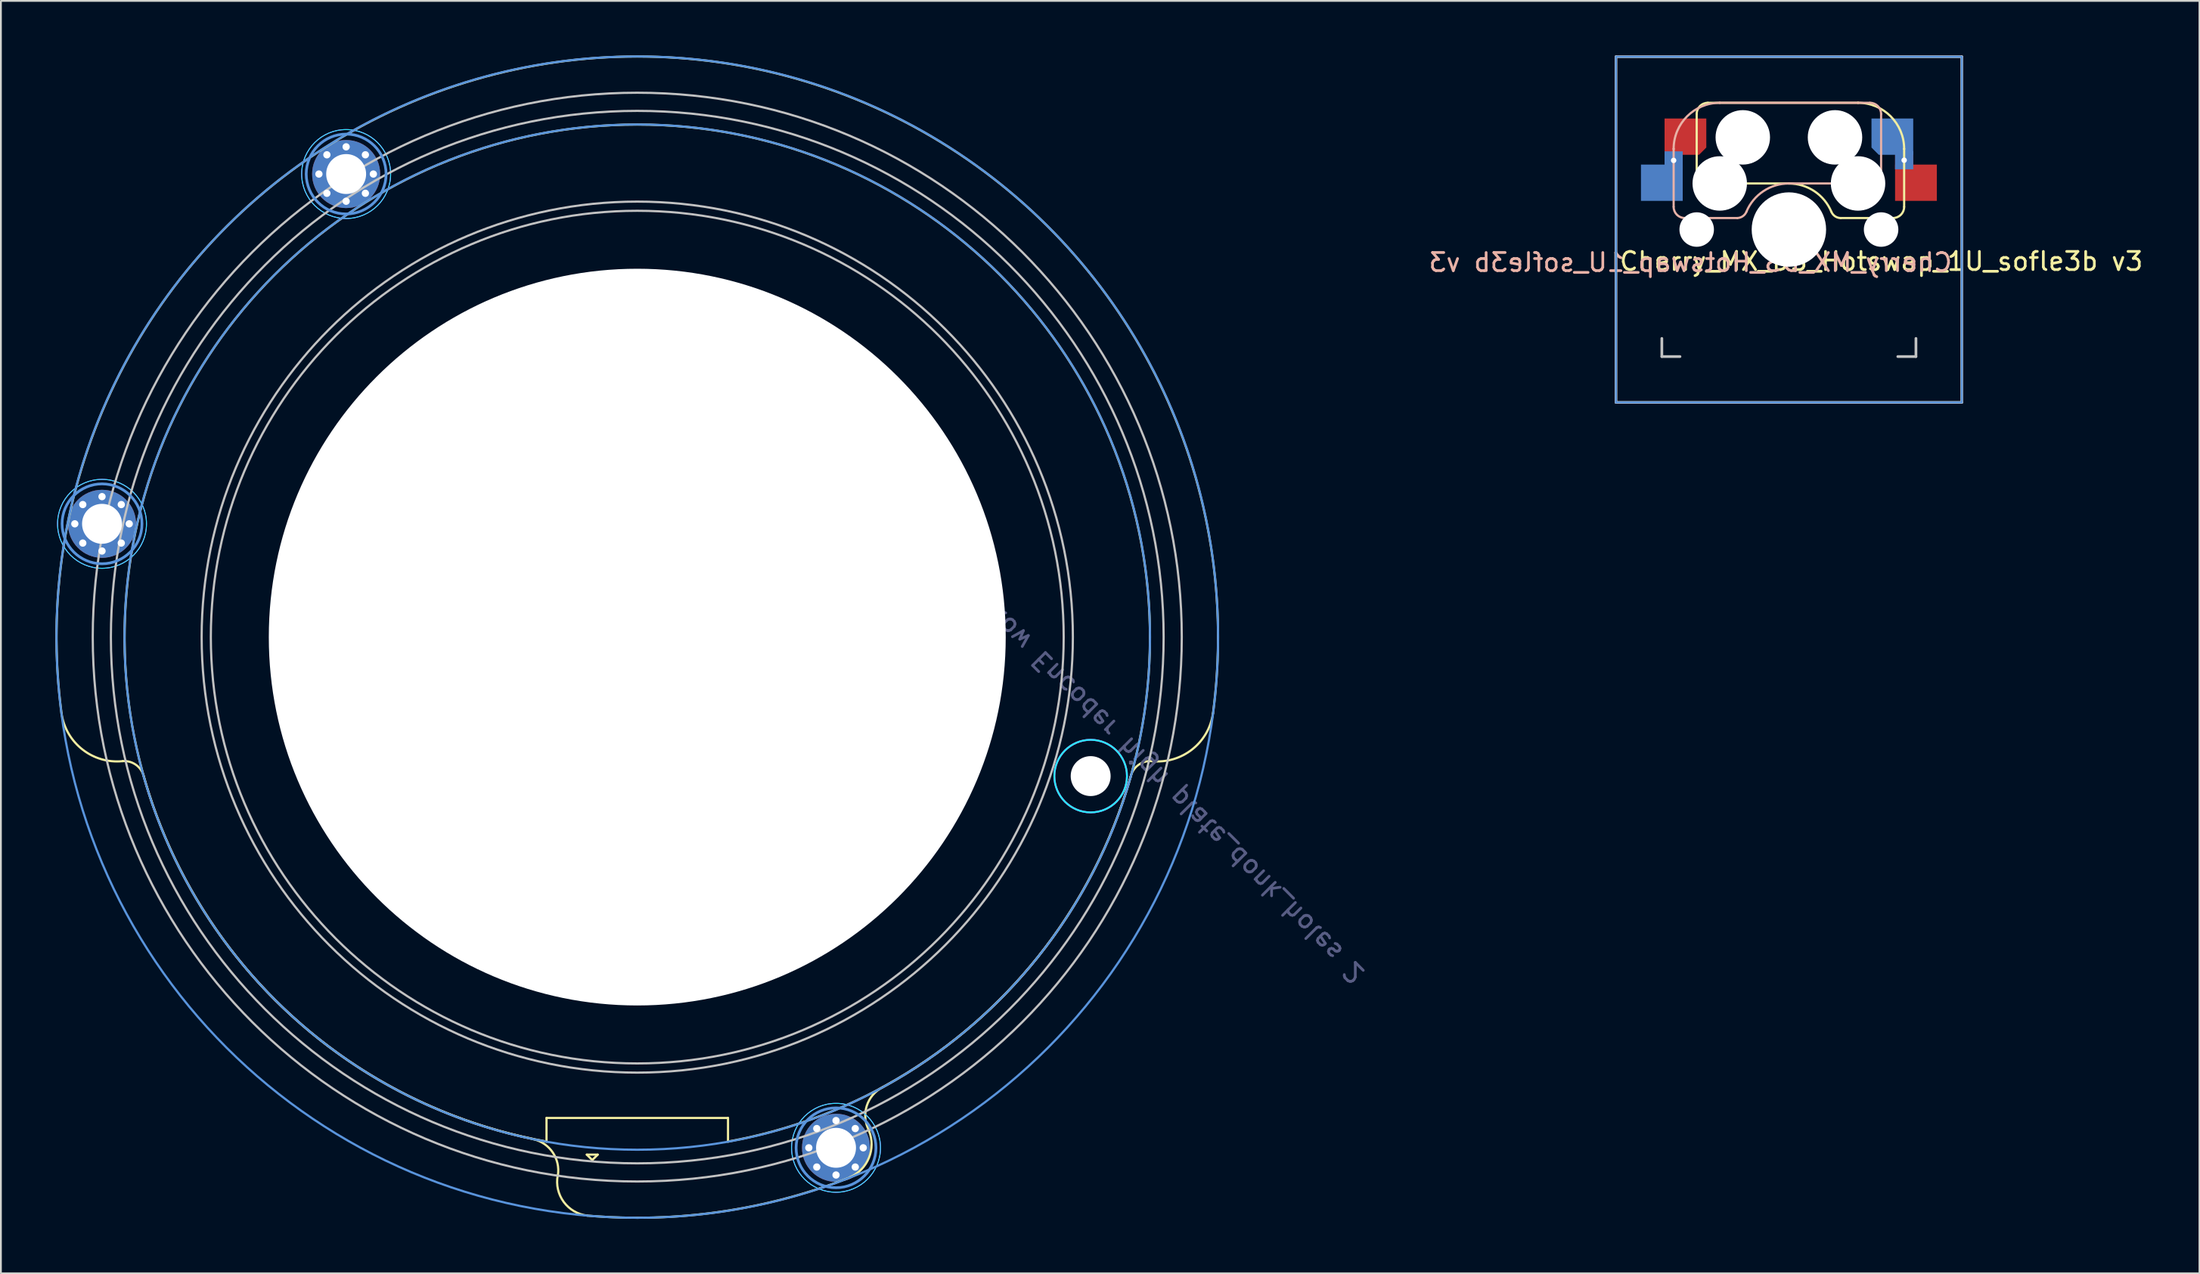
<source format=kicad_pcb>
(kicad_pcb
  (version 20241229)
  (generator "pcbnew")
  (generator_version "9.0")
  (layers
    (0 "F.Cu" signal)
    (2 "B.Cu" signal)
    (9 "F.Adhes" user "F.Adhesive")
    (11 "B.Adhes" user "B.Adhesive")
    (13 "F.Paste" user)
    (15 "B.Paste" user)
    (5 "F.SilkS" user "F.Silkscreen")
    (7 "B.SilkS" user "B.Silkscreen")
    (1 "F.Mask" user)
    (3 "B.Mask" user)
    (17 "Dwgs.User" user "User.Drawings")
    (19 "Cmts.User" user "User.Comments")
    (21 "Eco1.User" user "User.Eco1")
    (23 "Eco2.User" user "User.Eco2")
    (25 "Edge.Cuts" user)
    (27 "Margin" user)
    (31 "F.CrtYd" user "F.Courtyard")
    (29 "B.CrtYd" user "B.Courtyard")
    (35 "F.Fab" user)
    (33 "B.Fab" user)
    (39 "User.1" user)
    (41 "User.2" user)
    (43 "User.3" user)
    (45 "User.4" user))
  (footprint "Cherry_MX_DS_Hotswap_1U_sofle3b v3"
    (layer "F.Cu")
    (at 95.509 9.6)
    (property "Reference" "Cherry_MX_DS_Hotswap_1U_sofle3b v3" (at -5.42 1.81 0) (layer "B.SilkS") (effects (font (size 1 1) (thickness 0.15)) (justify mirror)))
    (attr smd)
    (fp_line (start -5.08 -6.36) (end -5.08 -2.54) (stroke (width 0.12) (type solid)) (layer "F.SilkS"))
    (fp_line (start -5.08 -2.54) (end -5.08 -2.54) (stroke (width 0.12) (type solid)) (layer "F.SilkS"))
    (fp_line (start -5.08 -2.54) (end -5.08 -2.54) (stroke (width 0.12) (type solid)) (layer "F.SilkS"))
    (fp_line (start -4.46 -6.985) (end 3.81 -6.985) (stroke (width 0.12) (type solid)) (layer "F.SilkS"))
    (fp_line (start 0 -2.54) (end -5.08 -2.54) (stroke (width 0.12) (type solid)) (layer "F.SilkS"))
    (fp_line (start 0 -2.54) (end 0 -2.54) (stroke (width 0.12) (type solid)) (layer "F.SilkS"))
    (fp_line (start 2.86 -0.635) (end 5.72 -0.635) (stroke (width 0.12) (type solid)) (layer "F.SilkS"))
    (fp_line (start 3.81 -6.985) (end 3.81 -6.985) (stroke (width 0.12) (type solid)) (layer "F.SilkS"))
    (fp_line (start 6.35 -4.445) (end 6.35 -4.445) (stroke (width 0.12) (type solid)) (layer "F.SilkS"))
    (fp_line (start 6.35 -1.25) (end 6.35 -4.445) (stroke (width 0.12) (type solid)) (layer "F.SilkS"))
    (fp_arc (start -5.08 -6.37) (mid -4.899871 -6.804871) (end -4.465 -6.985) (stroke (width 0.12) (type default)) (layer "F.SilkS"))
    (fp_arc (start 0 -2.536928) (mid 1.405313 -2.11213) (end 2.34 -0.98) (stroke (width 0.12) (type solid)) (layer "F.SilkS"))
    (fp_arc (start 2.859999 -0.633863) (mid 2.547381 -0.727883) (end 2.34 -0.98) (stroke (width 0.12) (type default)) (layer "F.SilkS"))
    (fp_arc (start 3.81 -6.985) (mid 5.606051 -6.241051) (end 6.35 -4.445) (stroke (width 0.12) (type solid)) (layer "F.SilkS"))
    (fp_arc (start 6.350129 -1.25) (mid 6.169985 -0.815144) (end 5.735129 -0.635) (stroke (width 0.12) (type default)) (layer "F.SilkS"))
    (fp_line (start -6.35 -4.445) (end -6.35 -4.445) (stroke (width 0.12) (type solid)) (layer "B.SilkS"))
    (fp_line (start -6.35 -4.445) (end -6.35 -1.26) (stroke (width 0.12) (type solid)) (layer "B.SilkS"))
    (fp_line (start -5.73 -0.635) (end -2.84 -0.635) (stroke (width 0.12) (type solid)) (layer "B.SilkS"))
    (fp_line (start -3.81 -6.985) (end -3.81 -6.985) (stroke (width 0.12) (type solid)) (layer "B.SilkS"))
    (fp_line (start -3.81 -6.985) (end 4.46 -6.985) (stroke (width 0.12) (type solid)) (layer "B.SilkS"))
    (fp_line (start 0 -2.54) (end 0 -2.54) (stroke (width 0.12) (type solid)) (layer "B.SilkS"))
    (fp_line (start 0 -2.54) (end 5.08 -2.54) (stroke (width 0.12) (type solid)) (layer "B.SilkS"))
    (fp_line (start 5.08 -6.37) (end 5.08 -2.54) (stroke (width 0.12) (type solid)) (layer "B.SilkS"))
    (fp_line (start 5.08 -2.54) (end 5.08 -2.54) (stroke (width 0.12) (type solid)) (layer "B.SilkS"))
    (fp_line (start 5.08 -2.54) (end 5.08 -2.54) (stroke (width 0.12) (type solid)) (layer "B.SilkS"))
    (fp_arc (start -6.35 -4.445) (mid -5.606051 -6.241051) (end -3.81 -6.985) (stroke (width 0.12) (type solid)) (layer "B.SilkS"))
    (fp_arc (start -5.735 -0.635) (mid -6.169871 -0.815129) (end -6.35 -1.25) (stroke (width 0.12) (type default)) (layer "B.SilkS"))
    (fp_arc (start -2.34 -0.983072) (mid -1.405313 -2.115202) (end 0 -2.54) (stroke (width 0.12) (type solid)) (layer "B.SilkS"))
    (fp_arc (start -2.34 -0.980845) (mid -2.539137 -0.734326) (end -2.840072 -0.635) (stroke (width 0.12) (type default)) (layer "B.SilkS"))
    (fp_arc (start 4.465129 -6.985) (mid 4.899999 -6.80487) (end 5.080129 -6.37) (stroke (width 0.12) (type default)) (layer "B.SilkS"))
    (fp_line (start -9.525 -9.525) (end 9.525 -9.525) (stroke (width 0.15) (type solid)) (layer "Dwgs.User"))
    (fp_line (start -9.525 9.525) (end -9.525 -9.525) (stroke (width 0.15) (type solid)) (layer "Dwgs.User"))
    (fp_line (start -7 6) (end -7 7) (stroke (width 0.15) (type solid)) (layer "Dwgs.User"))
    (fp_line (start -7 7) (end -6 7) (stroke (width 0.15) (type solid)) (layer "Dwgs.User"))
    (fp_line (start 6 7) (end 7 7) (stroke (width 0.15) (type solid)) (layer "Dwgs.User"))
    (fp_line (start 7 7) (end 7 6) (stroke (width 0.15) (type solid)) (layer "Dwgs.User"))
    (fp_line (start 9.525 -9.525) (end 9.525 9.525) (stroke (width 0.15) (type solid)) (layer "Dwgs.User"))
    (fp_line (start 9.525 9.525) (end -9.525 9.525) (stroke (width 0.15) (type solid)) (layer "Dwgs.User"))
    (fp_line (start -9.525 -9.525) (end -9.525 9.525) (stroke (width 0.1) (type solid)) (layer "Cmts.User"))
    (fp_line (start 9.525 -9.525) (end -9.525 -9.525) (stroke (width 0.1) (type solid)) (layer "Cmts.User"))
    (fp_line (start 9.525 -9.525) (end 9.525 9.525) (stroke (width 0.1) (type solid)) (layer "Cmts.User"))
    (fp_line (start 9.525 9.525) (end -9.525 9.525) (stroke (width 0.1) (type solid)) (layer "Cmts.User"))
    (fp_rect (start 7 -7) (end -7 7) (stroke (width 0.12) (type default)) (fill no) (layer "User.4"))
    (fp_text user "${REFERENCE}" (at 5.09 1.75 0) (layer "F.SilkS") (effects (font (size 1 1) (thickness 0.15))))
    (pad "" np_thru_hole circle (at -5.08 0) (size 1.9 1.9) (drill 1.9) (layers "*.Cu" "*.Mask"))
    (pad "" np_thru_hole circle (at -3.81 -2.54) (size 3 3) (drill 3) (layers "*.Cu" "*.Mask"))
    (pad "" np_thru_hole circle (at -2.54 -5.08) (size 3 3) (drill 3) (layers "*.Cu" "*.Mask"))
    (pad "" np_thru_hole circle (at 0 0 90) (size 4.1 4.1) (drill 4.1) (layers "*.Cu" "*.Mask"))
    (pad "" np_thru_hole circle (at 2.54 -5.08) (size 3 3) (drill 3) (layers "*.Cu" "*.Mask"))
    (pad "" np_thru_hole circle (at 3.81 -2.54) (size 3 3) (drill 3) (layers "*.Cu" "*.Mask"))
    (pad "" np_thru_hole circle (at 5.08 0) (size 1.9 1.9) (drill 1.9) (layers "*.Cu" "*.Mask"))
    (pad "5" smd roundrect (at 5.7 -5.12 180) (size 2.3 2) (layers "B.Cu" "B.Mask" "B.Paste") (roundrect_rratio 0) (chamfer_ratio 0.2) (chamfer top_right))
    (pad "5" thru_hole rect (at 6.35 -3.82) (size 1 1) (drill 0.3) (layers "*.Cu"))
    (pad "5" smd rect (at 7 -2.58 180) (size 2.3 2) (layers "F.Cu" "F.Mask" "F.Paste"))
    (pad "6" smd rect (at -7 -2.58 180) (size 2.3 2) (layers "B.Cu" "B.Mask" "B.Paste"))
    (pad "6" thru_hole rect (at -6.35 -3.81) (size 1 1) (drill 0.3) (layers "*.Cu"))
    (pad "6" smd roundrect (at -5.7 -5.12 180) (size 2.3 2) (layers "F.Cu" "F.Mask" "F.Paste") (roundrect_rratio 0) (chamfer_ratio 0.2) (chamfer top_left)))
  (footprint "Bourns Hollow Encoder high plate_donk_holes 2"
    (layer "F.Cu")
    (at 32.06 32.06)
    (property "Reference" "Bourns Hollow Encoder high plate_donk_holes 2" (at 0 -0.5 0) (unlocked yes) (layer "F.SilkS") (effects (font (size 1 1) (thickness 0.15))))
    (attr through_hole)
    (fp_line (start -5 26.5) (end -5 27.8) (stroke (width 0.12) (type solid)) (layer "F.SilkS"))
    (fp_line (start -5 26.5) (end 5 26.5) (stroke (width 0.12) (type solid)) (layer "F.SilkS"))
    (fp_line (start -2.78 28.52) (end -2.18 28.52) (stroke (width 0.12) (type solid)) (layer "F.SilkS"))
    (fp_line (start -2.48 28.82) (end -2.78 28.52) (stroke (width 0.12) (type solid)) (layer "F.SilkS"))
    (fp_line (start -2.18 28.52) (end -2.48 28.82) (stroke (width 0.12) (type solid)) (layer "F.SilkS"))
    (fp_line (start 5 26.5) (end 5 27.8) (stroke (width 0.12) (type solid)) (layer "F.SilkS"))
    (fp_arc (start -31.719999 4.2) (mid 0 -31.996849) (end 31.719999 4.199999) (stroke (width 0.12) (type default)) (layer "F.SilkS"))
    (fp_arc (start -28.347161 6.835602) (mid -30.563503 6.195954) (end -31.72 4.2) (stroke (width 0.12) (type default)) (layer "F.SilkS"))
    (fp_arc (start -28.347161 6.835603) (mid -27.600845 7.05116) (end -27.181805 7.705268) (stroke (width 0.12) (type default)) (layer "F.SilkS"))
    (fp_arc (start -5.717579 27.670001) (mid -4.651648 28.406625) (end -4.37416 29.672257) (stroke (width 0.12) (type default)) (layer "F.SilkS"))
    (fp_arc (start -5.717228 27.668303) (mid -19.241031 20.688267) (end -27.181805 7.705268) (stroke (width 0.12) (type default)) (layer "F.SilkS"))
    (fp_arc (start -5 27.799999) (mid 0 -28.246061) (end 5 27.799999) (stroke (width 0.12) (type solid)) (layer "F.SilkS"))
    (fp_arc (start -2.757579 31.88) (mid -4.05 31.128196) (end -4.383683 29.670727) (stroke (width 0.12) (type default)) (layer "F.SilkS"))
    (fp_arc (start 11.713213 29.778168) (mid 4.599486 31.666755) (end -2.757579 31.88) (stroke (width 0.12) (type default)) (layer "F.SilkS"))
    (fp_arc (start 12.763756 27.202914) (mid 12.761778 28.701922) (end 11.71 29.77) (stroke (width 0.12) (type default)) (layer "F.SilkS"))
    (fp_arc (start 12.771877 27.198509) (mid 12.641726 25.838302) (end 13.53 24.8) (stroke (width 0.12) (type default)) (layer "F.SilkS"))
    (fp_arc (start 27.179748 7.704684) (mid 22.07676 17.627181) (end 13.53 24.799999) (stroke (width 0.12) (type default)) (layer "F.SilkS"))
    (fp_arc (start 27.181805 7.705267) (mid 27.600846 7.051161) (end 28.347161 6.835602) (stroke (width 0.12) (type default)) (layer "F.SilkS"))
    (fp_arc (start 31.72 4.199999) (mid 30.563503 6.195953) (end 28.347161 6.835601) (stroke (width 0.12) (type default)) (layer "F.SilkS"))
    (fp_circle (center 0 0) (end 23.494 0) (stroke (width 0.12) (type solid)) (fill no) (layer "Dwgs.User"))
    (fp_circle (center 0 0) (end 24 0) (stroke (width 0.12) (type solid)) (fill no) (layer "Dwgs.User"))
    (fp_circle (center 0 0) (end 29 0) (stroke (width 0.12) (type solid)) (fill no) (layer "Dwgs.User"))
    (fp_circle (center 0 0) (end 30 0) (stroke (width 0.12) (type solid)) (fill no) (layer "Dwgs.User"))
    (fp_circle (center -29.489 -6.243) (end -27.933 -4.687) (stroke (width 0.15) (type solid)) (fill no) (layer "Cmts.User"))
    (fp_circle (center -16.039 -25.519) (end -14.484 -23.963) (stroke (width 0.15) (type solid)) (fill no) (layer "Cmts.User"))
    (fp_circle (center 0 0) (end 28.25 0) (stroke (width 0.12) (type solid)) (fill no) (layer "Cmts.User"))
    (fp_circle (center 0 0) (end 32 0) (stroke (width 0.12) (type default)) (fill no) (layer "Cmts.User"))
    (fp_circle (center 10.951 28.144) (end 12.506 29.699) (stroke (width 0.15) (type solid)) (fill no) (layer "Cmts.User"))
    (fp_circle (center -29.489 -6.243) (end -27.756 -4.511) (stroke (width 0.05) (type solid)) (fill no) (layer "B.CrtYd"))
    (fp_circle (center -16.039 -25.519) (end -14.307 -23.786) (stroke (width 0.05) (type solid)) (fill no) (layer "B.CrtYd"))
    (fp_circle (center 10.951 28.144) (end 12.683 29.876) (stroke (width 0.05) (type solid)) (fill no) (layer "B.CrtYd"))
    (fp_circle (center 24.98 7.66) (end 26.394 9.074) (stroke (width 0.1) (type default)) (fill no) (layer "B.CrtYd"))
    (fp_circle (center -29.489 -6.243) (end -31.221 -4.511) (stroke (width 0.05) (type solid)) (fill no) (layer "F.CrtYd"))
    (fp_circle (center -16.039 -25.519) (end -17.772 -23.786) (stroke (width 0.05) (type solid)) (fill no) (layer "F.CrtYd"))
    (fp_circle (center 10.951 28.144) (end 9.218 29.876) (stroke (width 0.05) (type solid)) (fill no) (layer "F.CrtYd"))
    (fp_circle (center 24.98 7.66) (end 23.566 6.246) (stroke (width 0.1) (type default)) (fill no) (layer "F.CrtYd"))
    (fp_circle (center 0 0) (end 20.3 0) (stroke (width 0.12) (type default)) (fill no) (layer "User.9"))
    (fp_text user "${REFERENCE}" (at 26.797 5.806 135) (unlocked yes) (layer "B.Fab") (effects (font (size 1 1) (thickness 0.15)) (justify mirror)))
    (fp_text user "${REFERENCE}" (at 0 2.5 0) (unlocked yes) (layer "F.Fab") (effects (font (size 1 1) (thickness 0.15))))
    (pad "" np_thru_hole circle (at 0 0) (size 40.6 40.6) (drill 40.6) (layers "*.Cu" "*.Mask"))
    (pad "" np_thru_hole circle (at 24.98 7.66 135) (size 2.2 2.2) (drill 2.2) (layers "*.Cu" "*.Mask"))
    (pad "1" thru_hole circle (at -30.988 -6.243 135) (size 0.5 0.5) (drill 0.4) (layers "*.Cu" "*.Mask"))
    (pad "1" thru_hole circle (at -30.549 -7.304 135) (size 0.5 0.5) (drill 0.4) (layers "*.Cu" "*.Mask"))
    (pad "1" thru_hole circle (at -30.549 -5.182 135) (size 0.5 0.5) (drill 0.4) (layers "*.Cu" "*.Mask"))
    (pad "1" thru_hole circle (at -29.489 -7.742 135) (size 0.5 0.5) (drill 0.4) (layers "*.Cu" "*.Mask"))
    (pad "1" thru_hole circle (at -29.489 -6.243 135) (size 3.75 3.75) (drill 2.2) (layers "*.Cu" "*.Mask"))
    (pad "1" thru_hole circle (at -29.489 -4.744 135) (size 0.5 0.5) (drill 0.4) (layers "*.Cu" "*.Mask"))
    (pad "1" thru_hole circle (at -28.428 -7.304 135) (size 0.5 0.5) (drill 0.4) (layers "*.Cu" "*.Mask"))
    (pad "1" thru_hole circle (at -28.428 -5.182 135) (size 0.5 0.5) (drill 0.4) (layers "*.Cu" "*.Mask"))
    (pad "1" thru_hole circle (at -27.99 -6.243 135) (size 0.5 0.5) (drill 0.4) (layers "*.Cu" "*.Mask"))
    (pad "1" thru_hole circle (at -17.539 -25.519 135) (size 0.5 0.5) (drill 0.4) (layers "*.Cu" "*.Mask"))
    (pad "1" thru_hole circle (at -17.1 -26.579 135) (size 0.5 0.5) (drill 0.4) (layers "*.Cu" "*.Mask"))
    (pad "1" thru_hole circle (at -17.1 -24.458 135) (size 0.5 0.5) (drill 0.4) (layers "*.Cu" "*.Mask"))
    (pad "1" thru_hole circle (at -16.039 -27.018 135) (size 0.5 0.5) (drill 0.4) (layers "*.Cu" "*.Mask"))
    (pad "1" thru_hole circle (at -16.039 -25.519 135) (size 3.75 3.75) (drill 2.2) (layers "*.Cu" "*.Mask"))
    (pad "1" thru_hole circle (at -16.039 -24.02 135) (size 0.5 0.5) (drill 0.4) (layers "*.Cu" "*.Mask"))
    (pad "1" thru_hole circle (at -14.979 -26.579 135) (size 0.5 0.5) (drill 0.4) (layers "*.Cu" "*.Mask"))
    (pad "1" thru_hole circle (at -14.979 -24.458 135) (size 0.5 0.5) (drill 0.4) (layers "*.Cu" "*.Mask"))
    (pad "1" thru_hole circle (at -14.54 -25.519 135) (size 0.5 0.5) (drill 0.4) (layers "*.Cu" "*.Mask"))
    (pad "1" thru_hole circle (at 9.452 28.144 135) (size 0.5 0.5) (drill 0.4) (layers "*.Cu" "*.Mask"))
    (pad "1" thru_hole circle (at 9.89 27.083 135) (size 0.5 0.5) (drill 0.4) (layers "*.Cu" "*.Mask"))
    (pad "1" thru_hole circle (at 9.89 29.204 135) (size 0.5 0.5) (drill 0.4) (layers "*.Cu" "*.Mask"))
    (pad "1" thru_hole circle (at 10.951 26.644 135) (size 0.5 0.5) (drill 0.4) (layers "*.Cu" "*.Mask"))
    (pad "1" thru_hole circle (at 10.951 28.144 135) (size 3.75 3.75) (drill 2.2) (layers "*.Cu" "*.Mask"))
    (pad "1" thru_hole circle (at 10.951 29.643 135) (size 0.5 0.5) (drill 0.4) (layers "*.Cu" "*.Mask"))
    (pad "1" thru_hole circle (at 12.011 27.083 135) (size 0.5 0.5) (drill 0.4) (layers "*.Cu" "*.Mask"))
    (pad "1" thru_hole circle (at 12.011 29.204 135) (size 0.5 0.5) (drill 0.4) (layers "*.Cu" "*.Mask"))
    (pad "1" thru_hole circle (at 12.45 28.144 135) (size 0.5 0.5) (drill 0.4) (layers "*.Cu" "*.Mask")))
  (gr_rect
    (start -3 -3)
    (end 118.129 67.12)
    (stroke (width 0.1) (type default))
    (fill no)
    (layer "Edge.Cuts")))
</source>
